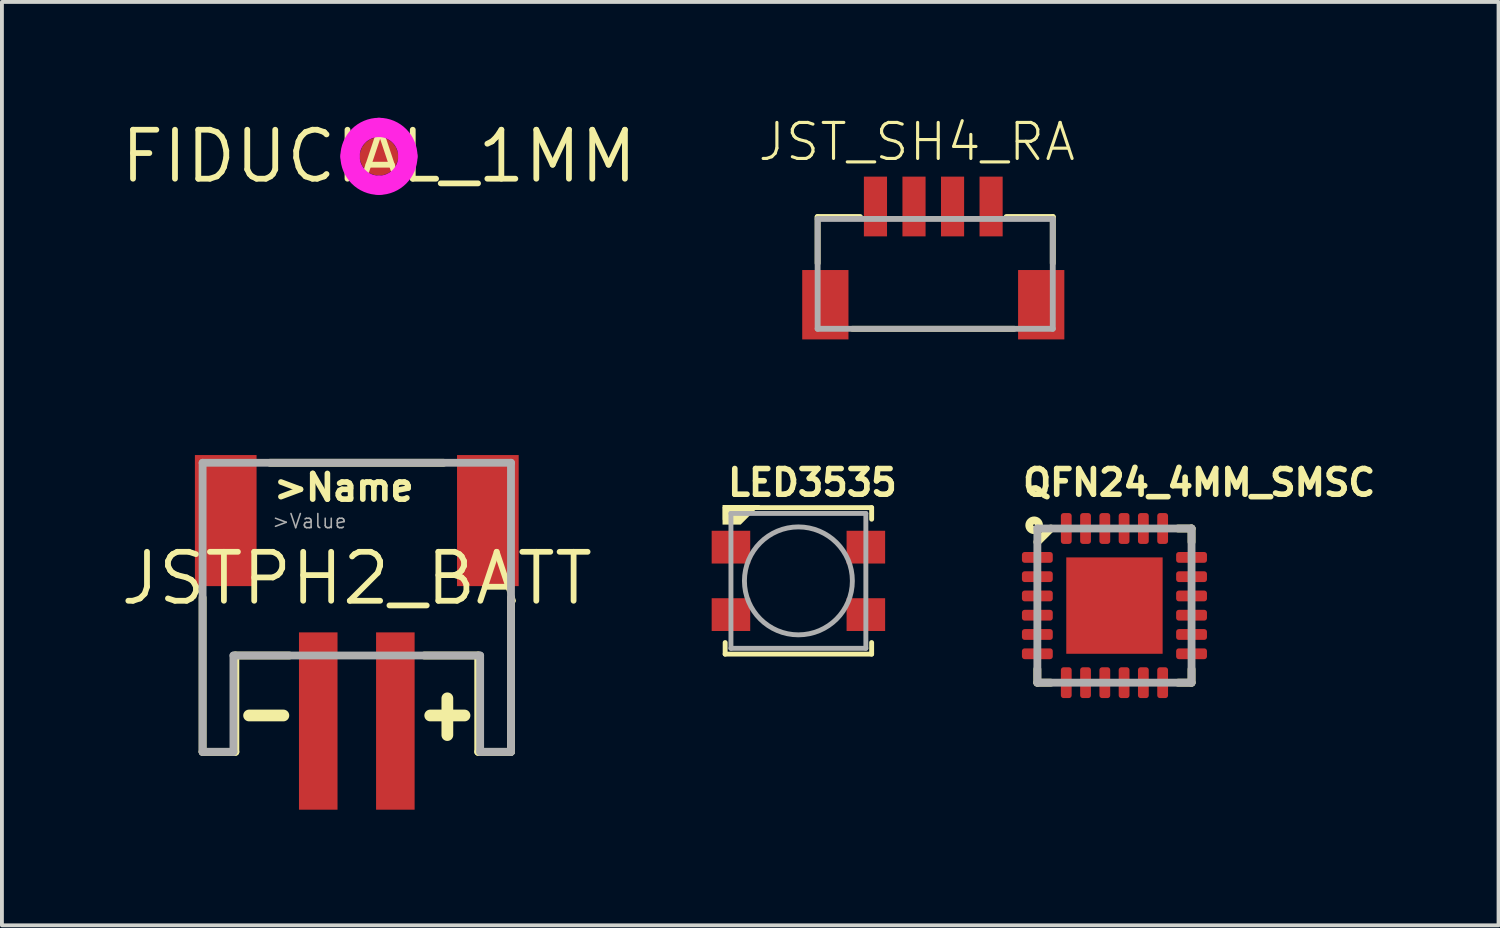
<source format=kicad_pcb>
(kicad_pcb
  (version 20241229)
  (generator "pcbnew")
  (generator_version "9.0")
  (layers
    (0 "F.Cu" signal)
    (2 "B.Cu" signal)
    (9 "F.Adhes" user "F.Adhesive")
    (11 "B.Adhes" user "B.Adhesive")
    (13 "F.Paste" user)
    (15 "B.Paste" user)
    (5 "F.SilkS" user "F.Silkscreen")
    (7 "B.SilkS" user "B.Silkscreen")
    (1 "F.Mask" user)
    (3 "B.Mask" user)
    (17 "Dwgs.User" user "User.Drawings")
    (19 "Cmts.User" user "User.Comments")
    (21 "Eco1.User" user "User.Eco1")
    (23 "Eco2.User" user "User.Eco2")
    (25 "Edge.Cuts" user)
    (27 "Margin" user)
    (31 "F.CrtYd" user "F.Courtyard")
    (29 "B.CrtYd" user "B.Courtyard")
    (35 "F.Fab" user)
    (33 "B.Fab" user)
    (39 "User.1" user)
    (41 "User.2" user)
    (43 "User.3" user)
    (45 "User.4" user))
  (footprint "LED3535"
    (layer "F.Cu")
    (at 17.662 12.019)
    (property "Reference" "LED3535" (at -1.905 -2.159 0) (layer "F.SilkS") (effects (font (size 0.666 0.666) (thickness 0.146)) (justify left bottom)))
    (fp_line (start -1.9 -1.9) (end 1.9 -1.9) (stroke (width 0.127) (type solid)) (layer "F.SilkS"))
    (fp_line (start -1.9 -1.6) (end -1.9 -1.9) (stroke (width 0.127) (type solid)) (layer "F.SilkS"))
    (fp_line (start -1.9 1.6) (end -1.9 1.9) (stroke (width 0.127) (type solid)) (layer "F.SilkS"))
    (fp_line (start -1.9 1.9) (end 1.9 1.9) (stroke (width 0.127) (type solid)) (layer "F.SilkS"))
    (fp_line (start 1.9 -1.9) (end 1.9 -1.6) (stroke (width 0.127) (type solid)) (layer "F.SilkS"))
    (fp_line (start 1.9 1.9) (end 1.9 1.6) (stroke (width 0.127) (type solid)) (layer "F.SilkS"))
    (fp_poly (pts (xy -1.498 -1.46) (xy -1.968 -1.46) (xy -1.968 -1.968) (xy -0.99 -1.968)) (stroke (width 0) (type solid)) (fill yes) (layer "F.SilkS"))
    (fp_line (start -1.75 -1.75) (end 1.75 -1.75) (stroke (width 0.127) (type solid)) (layer "F.Fab"))
    (fp_line (start -1.75 1.75) (end -1.75 -1.75) (stroke (width 0.127) (type solid)) (layer "F.Fab"))
    (fp_line (start 1.75 -1.75) (end 1.75 1.75) (stroke (width 0.127) (type solid)) (layer "F.Fab"))
    (fp_line (start 1.75 1.75) (end -1.75 1.75) (stroke (width 0.127) (type solid)) (layer "F.Fab"))
    (fp_circle (center 0 0) (end 1.4 0) (stroke (width 0.127) (type solid)) (fill no) (layer "F.Fab"))
    (pad "1" smd rect (at -1.75 -0.875 90) (size 0.85 1) (layers "F.Cu" "F.Mask" "F.Paste"))
    (pad "2" smd rect (at -1.75 0.875 90) (size 0.85 1) (layers "F.Cu" "F.Mask" "F.Paste"))
    (pad "3" smd rect (at 1.75 0.875 90) (size 0.85 1) (layers "F.Cu" "F.Mask" "F.Paste"))
    (pad "4" smd rect (at 1.75 -0.875 90) (size 0.85 1) (layers "F.Cu" "F.Mask" "F.Paste")))
  (footprint "FIDUCIAL_1MM"
    (layer "F.Cu")
    (at 6.781 1.006)
    (property "Reference" "FIDUCIAL_1MM" (at 0 0 0) (layer "F.SilkS") (effects (font (size 1.27 1.27) (thickness 0.15))))
    (fp_arc (start -0.75 0) (mid -0.53033 -0.53033) (end 0 -0.75) (stroke (width 0.4699) (type solid)) (layer "F.Mask"))
    (fp_arc (start 0 -0.75) (mid 0.53033 -0.53033) (end 0.75 0) (stroke (width 0.4699) (type solid)) (layer "F.Mask"))
    (fp_arc (start 0 0.75) (mid -0.53033 0.53033) (end -0.75 0) (stroke (width 0.4699) (type solid)) (layer "F.Mask"))
    (fp_arc (start 0.75 0) (mid 0.53033 0.53033) (end 0 0.75) (stroke (width 0.4699) (type solid)) (layer "F.Mask"))
    (fp_arc (start -0.75 0) (mid -0.53033 -0.53033) (end 0 -0.75) (stroke (width 0.5) (type solid)) (layer "F.CrtYd"))
    (fp_arc (start 0 -0.75) (mid 0.53033 -0.53033) (end 0.75 0) (stroke (width 0.5) (type solid)) (layer "F.CrtYd"))
    (fp_arc (start 0 0.75) (mid -0.53033 0.53033) (end -0.75 0) (stroke (width 0.5) (type solid)) (layer "F.CrtYd"))
    (fp_arc (start 0.75 0) (mid 0.53033 0.53033) (end 0 0.75) (stroke (width 0.5) (type solid)) (layer "F.CrtYd"))
    (pad "1" smd roundrect (at 0 0) (size 1 1) (layers "F.Cu" "F.Mask") (roundrect_rratio 0.5)))
  (footprint "JST_SH4_RA"
    (layer "F.Cu")
    (at 21.161 3.993)
    (property "Reference" "JST_SH4_RA" (at -4.6 -2.814 0) (layer "F.SilkS") (effects (font (size 0.935 0.935) (thickness 0.081)) (justify left bottom)))
    (fp_line (start -3 -1.414) (end -1.9 -1.414) (stroke (width 0.152) (type solid)) (layer "F.SilkS"))
    (fp_line (start -3 -0.214) (end -3 -1.414) (stroke (width 0.152) (type solid)) (layer "F.SilkS"))
    (fp_line (start -2.1 1.486) (end 2.1 1.486) (stroke (width 0.152) (type solid)) (layer "F.SilkS"))
    (fp_line (start 1.9 -1.414) (end 3.1 -1.414) (stroke (width 0.152) (type solid)) (layer "F.SilkS"))
    (fp_line (start 3.1 -1.414) (end 3.1 -0.214) (stroke (width 0.152) (type solid)) (layer "F.SilkS"))
    (fp_line (start -3 -1.364) (end 3.1 -1.364) (stroke (width 0.152) (type solid)) (layer "F.Fab"))
    (fp_line (start -3 1.486) (end -3 -1.364) (stroke (width 0.152) (type solid)) (layer "F.Fab"))
    (fp_line (start 3.1 -1.364) (end 3.1 1.486) (stroke (width 0.152) (type solid)) (layer "F.Fab"))
    (fp_line (start 3.1 1.486) (end -3 1.486) (stroke (width 0.152) (type solid)) (layer "F.Fab"))
    (pad "1" smd rect (at 1.5 -1.686 270) (size 1.55 0.6) (layers "F.Cu" "F.Mask" "F.Paste"))
    (pad "2" smd rect (at 0.5 -1.686 270) (size 1.55 0.6) (layers "F.Cu" "F.Mask" "F.Paste"))
    (pad "3" smd rect (at -0.5 -1.686 270) (size 1.55 0.6) (layers "F.Cu" "F.Mask" "F.Paste"))
    (pad "4" smd rect (at -1.5 -1.686 270) (size 1.55 0.6) (layers "F.Cu" "F.Mask" "F.Paste"))
    (pad "MT1" smd rect (at -2.8 0.862 90) (size 1.8 1.2) (layers "F.Cu" "F.Mask" "F.Paste"))
    (pad "MT2" smd rect (at 2.8 0.862 90) (size 1.8 1.2) (layers "F.Cu" "F.Mask" "F.Paste")))
  (footprint "JSTPH2_BATT"
    (layer "F.Cu")
    (at 6.206 11.955)
    (property "Reference" "JSTPH2_BATT" (at 0 0 0) (layer "F.SilkS") (effects (font (size 1.27 1.27) (thickness 0.15))))
    (fp_line (start -4 4.5) (end -4 0.5) (stroke (width 0.203) (type solid)) (layer "F.SilkS"))
    (fp_line (start -3.15 2) (end -3.15 4.5) (stroke (width 0.203) (type solid)) (layer "F.SilkS"))
    (fp_line (start -3.15 4.5) (end -4 4.5) (stroke (width 0.203) (type solid)) (layer "F.SilkS"))
    (fp_line (start -2.794 3.556) (end -1.905 3.556) (stroke (width 0.305) (type solid)) (layer "F.SilkS"))
    (fp_line (start -2.25 -3) (end 2.25 -3) (stroke (width 0.203) (type solid)) (layer "F.SilkS"))
    (fp_line (start -1.75 2) (end -3.15 2) (stroke (width 0.203) (type solid)) (layer "F.SilkS"))
    (fp_line (start 1.905 3.556) (end 2.794 3.556) (stroke (width 0.305) (type solid)) (layer "F.SilkS"))
    (fp_line (start 2.349 4.064) (end 2.349 3.111) (stroke (width 0.305) (type solid)) (layer "F.SilkS"))
    (fp_line (start 3.15 2) (end 1.75 2) (stroke (width 0.203) (type solid)) (layer "F.SilkS"))
    (fp_line (start 3.15 4.5) (end 3.15 2) (stroke (width 0.203) (type solid)) (layer "F.SilkS"))
    (fp_line (start 4 0.5) (end 4 4.5) (stroke (width 0.203) (type solid)) (layer "F.SilkS"))
    (fp_line (start 4 4.5) (end 3.15 4.5) (stroke (width 0.203) (type solid)) (layer "F.SilkS"))
    (fp_line (start -4 -3) (end 4 -3) (stroke (width 0.203) (type solid)) (layer "F.Fab"))
    (fp_line (start -4 4.5) (end -4 -3) (stroke (width 0.203) (type solid)) (layer "F.Fab"))
    (fp_line (start -3.2 2) (end -3.2 4.5) (stroke (width 0.203) (type solid)) (layer "F.Fab"))
    (fp_line (start -3.2 4.5) (end -4 4.5) (stroke (width 0.203) (type solid)) (layer "F.Fab"))
    (fp_line (start 3.2 2) (end -3.2 2) (stroke (width 0.203) (type solid)) (layer "F.Fab"))
    (fp_line (start 3.2 4.5) (end 3.2 2) (stroke (width 0.203) (type solid)) (layer "F.Fab"))
    (fp_line (start 4 -3) (end 4 4.5) (stroke (width 0.203) (type solid)) (layer "F.Fab"))
    (fp_line (start 4 4.5) (end 3.2 4.5) (stroke (width 0.203) (type solid)) (layer "F.Fab"))
    (fp_text user ">Name" (at -2.223 -1.968 0) (layer "F.SilkS") (effects (font (size 0.666 0.666) (thickness 0.146)) (justify left bottom)))
    (fp_text user ">Value" (at -2.223 -1.27 0) (layer "F.Fab") (effects (font (size 0.366 0.366) (thickness 0.041)) (justify left bottom)))
    (pad "1" smd rect (at -1 3.7) (size 1 4.6) (layers "F.Cu" "F.Mask" "F.Paste"))
    (pad "2" smd rect (at 1 3.7) (size 1 4.6) (layers "F.Cu" "F.Mask" "F.Paste"))
    (pad "NC1" smd rect (at -3.4 -1.5 90) (size 3.4 1.6) (layers "F.Cu" "F.Mask" "F.Paste"))
    (pad "NC2" smd rect (at 3.4 -1.5 90) (size 3.4 1.6) (layers "F.Cu" "F.Mask" "F.Paste")))
  (footprint "QFN24_4MM_SMSC"
    (layer "F.Cu")
    (at 25.861 12.66)
    (property "Reference" "QFN24_4MM_SMSC" (at -2.45 -2.8 0) (layer "F.SilkS") (effects (font (size 0.666 0.666) (thickness 0.146)) (justify left bottom)))
    (fp_line (start -2 2) (end -2 1.65) (stroke (width 0.203) (type solid)) (layer "F.SilkS"))
    (fp_line (start -1.65 -2) (end -2 -1.65) (stroke (width 0.203) (type solid)) (layer "F.SilkS"))
    (fp_line (start -1.65 2) (end -2 2) (stroke (width 0.203) (type solid)) (layer "F.SilkS"))
    (fp_line (start 1.65 2) (end 2 2) (stroke (width 0.203) (type solid)) (layer "F.SilkS"))
    (fp_line (start 2 -2) (end 1.65 -2) (stroke (width 0.203) (type solid)) (layer "F.SilkS"))
    (fp_line (start 2 -1.65) (end 2 -2) (stroke (width 0.203) (type solid)) (layer "F.SilkS"))
    (fp_line (start 2 1.65) (end 2 2) (stroke (width 0.203) (type solid)) (layer "F.SilkS"))
    (fp_circle (center -2.083 -2.083) (end -1.956 -2.083) (stroke (width 0.203) (type solid)) (fill no) (layer "F.SilkS"))
    (fp_poly (pts (xy -1.2 -0.6) (xy -0.6 -0.6) (xy -0.6 -1.2) (xy -1.2 -1.2)) (stroke (width 0) (type solid)) (fill yes) (layer "F.Paste"))
    (fp_poly (pts (xy -1.2 0.3) (xy -0.6 0.3) (xy -0.6 -0.3) (xy -1.2 -0.3)) (stroke (width 0) (type solid)) (fill yes) (layer "F.Paste"))
    (fp_poly (pts (xy -1.2 1.2) (xy -0.6 1.2) (xy -0.6 0.6) (xy -1.2 0.6)) (stroke (width 0) (type solid)) (fill yes) (layer "F.Paste"))
    (fp_poly (pts (xy -0.3 -0.6) (xy 0.3 -0.6) (xy 0.3 -1.2) (xy -0.3 -1.2)) (stroke (width 0) (type solid)) (fill yes) (layer "F.Paste"))
    (fp_poly (pts (xy -0.3 0.3) (xy 0.3 0.3) (xy 0.3 -0.3) (xy -0.3 -0.3)) (stroke (width 0) (type solid)) (fill yes) (layer "F.Paste"))
    (fp_poly (pts (xy -0.3 1.2) (xy 0.3 1.2) (xy 0.3 0.6) (xy -0.3 0.6)) (stroke (width 0) (type solid)) (fill yes) (layer "F.Paste"))
    (fp_poly (pts (xy 0.6 -0.6) (xy 1.2 -0.6) (xy 1.2 -1.2) (xy 0.6 -1.2)) (stroke (width 0) (type solid)) (fill yes) (layer "F.Paste"))
    (fp_poly (pts (xy 0.6 0.3) (xy 1.2 0.3) (xy 1.2 -0.3) (xy 0.6 -0.3)) (stroke (width 0) (type solid)) (fill yes) (layer "F.Paste"))
    (fp_poly (pts (xy 0.6 1.2) (xy 1.2 1.2) (xy 1.2 0.6) (xy 0.6 0.6)) (stroke (width 0) (type solid)) (fill yes) (layer "F.Paste"))
    (fp_line (start -2 -2) (end -2 2) (stroke (width 0.203) (type solid)) (layer "F.Fab"))
    (fp_line (start -2 2) (end 2 2) (stroke (width 0.203) (type solid)) (layer "F.Fab"))
    (fp_line (start 2 -2) (end -2 -2) (stroke (width 0.203) (type solid)) (layer "F.Fab"))
    (fp_line (start 2 2) (end 2 -2) (stroke (width 0.203) (type solid)) (layer "F.Fab"))
    (pad "1" smd roundrect (at -2 -1.25 180) (size 0.8 0.28) (layers "F.Cu" "F.Mask" "F.Paste") (roundrect_rratio 0.25))
    (pad "2" smd roundrect (at -2 -0.75 180) (size 0.8 0.28) (layers "F.Cu" "F.Mask" "F.Paste") (roundrect_rratio 0.25))
    (pad "3" smd roundrect (at -2 -0.25 180) (size 0.8 0.28) (layers "F.Cu" "F.Mask" "F.Paste") (roundrect_rratio 0.25))
    (pad "4" smd roundrect (at -2 0.25 180) (size 0.8 0.28) (layers "F.Cu" "F.Mask" "F.Paste") (roundrect_rratio 0.25))
    (pad "5" smd roundrect (at -2 0.75 180) (size 0.8 0.28) (layers "F.Cu" "F.Mask" "F.Paste") (roundrect_rratio 0.25))
    (pad "6" smd roundrect (at -2 1.25 180) (size 0.8 0.28) (layers "F.Cu" "F.Mask" "F.Paste") (roundrect_rratio 0.25))
    (pad "7" smd roundrect (at -1.25 2 90) (size 0.8 0.28) (layers "F.Cu" "F.Mask" "F.Paste") (roundrect_rratio 0.25))
    (pad "8" smd roundrect (at -0.75 2 90) (size 0.8 0.28) (layers "F.Cu" "F.Mask" "F.Paste") (roundrect_rratio 0.25))
    (pad "9" smd roundrect (at -0.25 2 90) (size 0.8 0.28) (layers "F.Cu" "F.Mask" "F.Paste") (roundrect_rratio 0.25))
    (pad "10" smd roundrect (at 0.25 2 90) (size 0.8 0.28) (layers "F.Cu" "F.Mask" "F.Paste") (roundrect_rratio 0.25))
    (pad "11" smd roundrect (at 0.75 2 90) (size 0.8 0.28) (layers "F.Cu" "F.Mask" "F.Paste") (roundrect_rratio 0.25))
    (pad "12" smd roundrect (at 1.25 2 90) (size 0.8 0.28) (layers "F.Cu" "F.Mask" "F.Paste") (roundrect_rratio 0.25))
    (pad "13" smd roundrect (at 2 1.25) (size 0.8 0.28) (layers "F.Cu" "F.Mask" "F.Paste") (roundrect_rratio 0.25))
    (pad "14" smd roundrect (at 2 0.75) (size 0.8 0.28) (layers "F.Cu" "F.Mask" "F.Paste") (roundrect_rratio 0.25))
    (pad "15" smd roundrect (at 2 0.25) (size 0.8 0.28) (layers "F.Cu" "F.Mask" "F.Paste") (roundrect_rratio 0.25))
    (pad "16" smd roundrect (at 2 -0.25) (size 0.8 0.28) (layers "F.Cu" "F.Mask" "F.Paste") (roundrect_rratio 0.25))
    (pad "17" smd roundrect (at 2 -0.75) (size 0.8 0.28) (layers "F.Cu" "F.Mask" "F.Paste") (roundrect_rratio 0.25))
    (pad "18" smd roundrect (at 2 -1.25) (size 0.8 0.28) (layers "F.Cu" "F.Mask" "F.Paste") (roundrect_rratio 0.25))
    (pad "19" smd roundrect (at 1.25 -2 270) (size 0.8 0.28) (layers "F.Cu" "F.Mask" "F.Paste") (roundrect_rratio 0.25))
    (pad "20" smd roundrect (at 0.75 -2 270) (size 0.8 0.28) (layers "F.Cu" "F.Mask" "F.Paste") (roundrect_rratio 0.25))
    (pad "21" smd roundrect (at 0.25 -2 270) (size 0.8 0.28) (layers "F.Cu" "F.Mask" "F.Paste") (roundrect_rratio 0.25))
    (pad "22" smd roundrect (at -0.25 -2 270) (size 0.8 0.28) (layers "F.Cu" "F.Mask" "F.Paste") (roundrect_rratio 0.25))
    (pad "23" smd roundrect (at -0.75 -2 270) (size 0.8 0.28) (layers "F.Cu" "F.Mask" "F.Paste") (roundrect_rratio 0.25))
    (pad "24" smd roundrect (at -1.25 -2 270) (size 0.8 0.28) (layers "F.Cu" "F.Mask" "F.Paste") (roundrect_rratio 0.25))
    (pad "THERM" smd rect (at 0 0) (size 2.5 2.5) (layers "F.Cu" "F.Mask")))
  (gr_rect
    (start -3 -3)
    (end 35.825 20.955)
    (stroke (width 0.1) (type default))
    (fill no)
    (layer "Edge.Cuts")))
</source>
